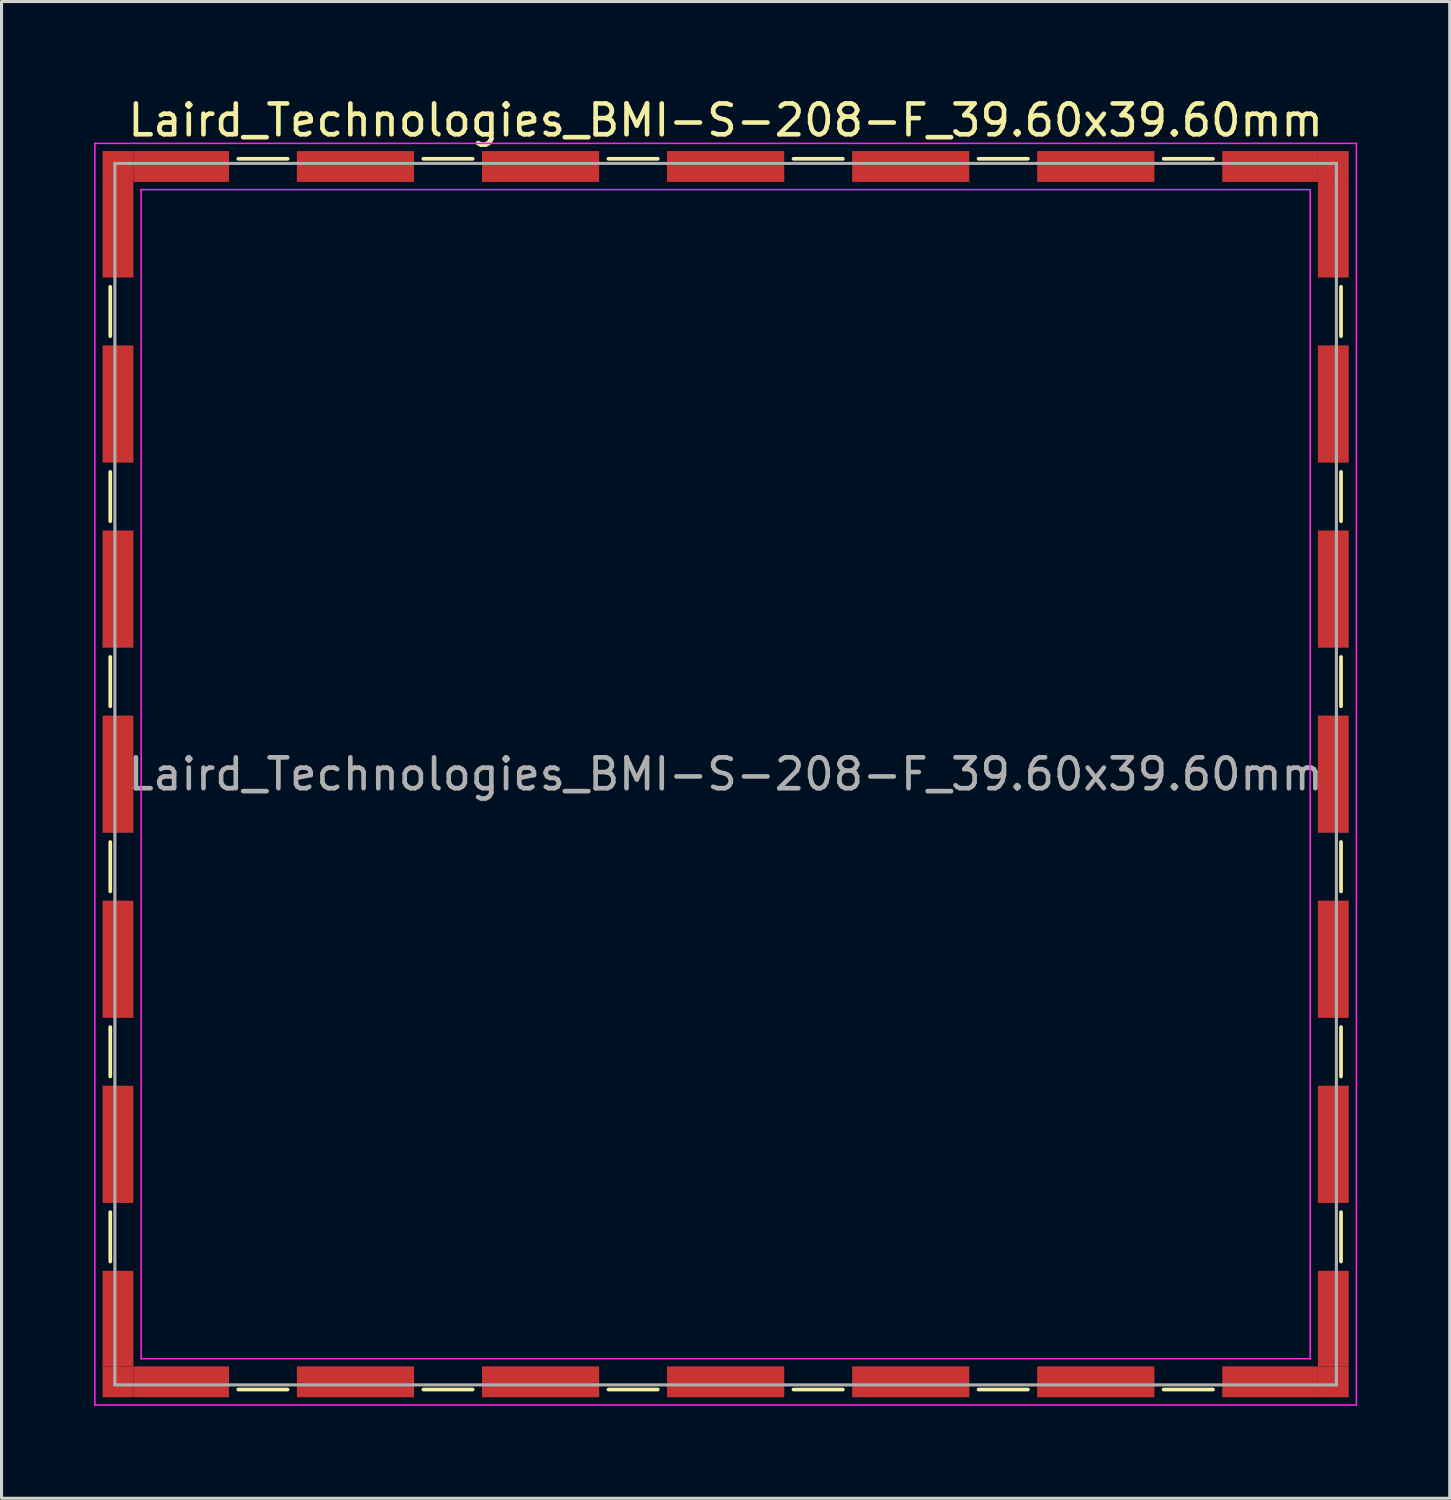
<source format=kicad_pcb>
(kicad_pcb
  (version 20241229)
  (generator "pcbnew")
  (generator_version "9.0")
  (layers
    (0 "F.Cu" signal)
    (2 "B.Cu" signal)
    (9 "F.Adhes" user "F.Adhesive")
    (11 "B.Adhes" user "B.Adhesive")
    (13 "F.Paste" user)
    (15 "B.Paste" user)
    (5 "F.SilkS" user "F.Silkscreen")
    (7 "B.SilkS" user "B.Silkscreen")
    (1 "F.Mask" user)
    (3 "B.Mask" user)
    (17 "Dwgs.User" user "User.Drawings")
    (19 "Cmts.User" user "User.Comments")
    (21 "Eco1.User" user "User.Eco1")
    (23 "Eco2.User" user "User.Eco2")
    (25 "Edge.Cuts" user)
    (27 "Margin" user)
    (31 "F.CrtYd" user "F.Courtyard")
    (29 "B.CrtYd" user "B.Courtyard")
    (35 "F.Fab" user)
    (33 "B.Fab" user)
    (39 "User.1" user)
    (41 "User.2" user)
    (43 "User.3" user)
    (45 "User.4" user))
  (footprint "Laird_Technologies_BMI-S-208-F_39.60x39.60mm"
    (layer "F.Cu")
    (at 20.475 22.048)
    (property "Reference" "Laird_Technologies_BMI-S-208-F_39.60x39.60mm" (at 0 -21.2 0) (layer "F.SilkS") (effects (font (size 1 1) (thickness 0.15))))
    (attr smd)
    (fp_line (start -19.95 -15.8) (end -19.95 -14.2) (stroke (width 0.12) (type solid)) (layer "F.SilkS"))
    (fp_line (start -19.95 -9.8) (end -19.95 -8.2) (stroke (width 0.12) (type solid)) (layer "F.SilkS"))
    (fp_line (start -19.95 -3.8) (end -19.95 -2.2) (stroke (width 0.12) (type solid)) (layer "F.SilkS"))
    (fp_line (start -19.95 2.2) (end -19.95 3.8) (stroke (width 0.12) (type solid)) (layer "F.SilkS"))
    (fp_line (start -19.95 8.2) (end -19.95 9.8) (stroke (width 0.12) (type solid)) (layer "F.SilkS"))
    (fp_line (start -19.95 14.2) (end -19.95 15.8) (stroke (width 0.12) (type solid)) (layer "F.SilkS"))
    (fp_line (start -15.8 -19.95) (end -14.2 -19.95) (stroke (width 0.12) (type solid)) (layer "F.SilkS"))
    (fp_line (start -15.8 19.95) (end -14.2 19.95) (stroke (width 0.12) (type solid)) (layer "F.SilkS"))
    (fp_line (start -9.8 -19.95) (end -8.2 -19.95) (stroke (width 0.12) (type solid)) (layer "F.SilkS"))
    (fp_line (start -9.8 19.95) (end -8.2 19.95) (stroke (width 0.12) (type solid)) (layer "F.SilkS"))
    (fp_line (start -3.8 -19.95) (end -2.2 -19.95) (stroke (width 0.12) (type solid)) (layer "F.SilkS"))
    (fp_line (start -3.8 19.95) (end -2.2 19.95) (stroke (width 0.12) (type solid)) (layer "F.SilkS"))
    (fp_line (start 2.2 -19.95) (end 3.8 -19.95) (stroke (width 0.12) (type solid)) (layer "F.SilkS"))
    (fp_line (start 2.2 19.95) (end 3.8 19.95) (stroke (width 0.12) (type solid)) (layer "F.SilkS"))
    (fp_line (start 8.2 -19.95) (end 9.8 -19.95) (stroke (width 0.12) (type solid)) (layer "F.SilkS"))
    (fp_line (start 8.2 19.95) (end 9.8 19.95) (stroke (width 0.12) (type solid)) (layer "F.SilkS"))
    (fp_line (start 14.2 -19.95) (end 15.8 -19.95) (stroke (width 0.12) (type solid)) (layer "F.SilkS"))
    (fp_line (start 14.2 19.95) (end 15.8 19.95) (stroke (width 0.12) (type solid)) (layer "F.SilkS"))
    (fp_line (start 19.95 -15.8) (end 19.95 -14.2) (stroke (width 0.12) (type solid)) (layer "F.SilkS"))
    (fp_line (start 19.95 -9.8) (end 19.95 -8.2) (stroke (width 0.12) (type solid)) (layer "F.SilkS"))
    (fp_line (start 19.95 -3.8) (end 19.95 -2.2) (stroke (width 0.12) (type solid)) (layer "F.SilkS"))
    (fp_line (start 19.95 2.2) (end 19.95 3.8) (stroke (width 0.12) (type solid)) (layer "F.SilkS"))
    (fp_line (start 19.95 8.2) (end 19.95 9.8) (stroke (width 0.12) (type solid)) (layer "F.SilkS"))
    (fp_line (start 19.95 14.2) (end 19.95 15.8) (stroke (width 0.12) (type solid)) (layer "F.SilkS"))
    (fp_line (start -20.45 -20.45) (end -20.45 20.45) (stroke (width 0.05) (type solid)) (layer "F.CrtYd"))
    (fp_line (start -20.45 20.45) (end 20.45 20.45) (stroke (width 0.05) (type solid)) (layer "F.CrtYd"))
    (fp_line (start -18.95 -18.95) (end -18.95 18.95) (stroke (width 0.05) (type solid)) (layer "F.CrtYd"))
    (fp_line (start 18.95 -18.95) (end -18.95 -18.95) (stroke (width 0.05) (type solid)) (layer "F.CrtYd"))
    (fp_line (start 18.95 -18.95) (end 18.95 18.95) (stroke (width 0.05) (type solid)) (layer "F.CrtYd"))
    (fp_line (start 18.95 18.95) (end -18.95 18.95) (stroke (width 0.05) (type solid)) (layer "F.CrtYd"))
    (fp_line (start 20.45 -20.45) (end -20.45 -20.45) (stroke (width 0.05) (type solid)) (layer "F.CrtYd"))
    (fp_line (start 20.45 20.45) (end 20.45 -20.45) (stroke (width 0.05) (type solid)) (layer "F.CrtYd"))
    (fp_line (start -19.8 -19.8) (end -19.8 19.8) (stroke (width 0.1) (type solid)) (layer "F.Fab"))
    (fp_line (start -19.8 19.8) (end 19.8 19.8) (stroke (width 0.1) (type solid)) (layer "F.Fab"))
    (fp_line (start 19.8 -19.8) (end -19.8 -19.8) (stroke (width 0.1) (type solid)) (layer "F.Fab"))
    (fp_line (start 19.8 19.8) (end 19.8 -19.8) (stroke (width 0.1) (type solid)) (layer "F.Fab"))
    (fp_text user "${REFERENCE}" (at 0 0 0) (layer "F.Fab") (effects (font (size 1 1) (thickness 0.15))))
    (pad "1" smd rect (at -19.7 -19.7) (size 1 1) (layers "F.Cu" "F.Mask" "F.Paste"))
    (pad "1" smd rect (at -19.7 -17.65) (size 1 3.1) (layers "F.Cu" "F.Mask" "F.Paste"))
    (pad "1" smd rect (at -19.7 -12) (size 1 3.8) (layers "F.Cu" "F.Mask" "F.Paste"))
    (pad "1" smd rect (at -19.7 -6) (size 1 3.8) (layers "F.Cu" "F.Mask" "F.Paste"))
    (pad "1" smd rect (at -19.7 0) (size 1 3.8) (layers "F.Cu" "F.Mask" "F.Paste"))
    (pad "1" smd rect (at -19.7 6) (size 1 3.8) (layers "F.Cu" "F.Mask" "F.Paste"))
    (pad "1" smd rect (at -19.7 12) (size 1 3.8) (layers "F.Cu" "F.Mask" "F.Paste"))
    (pad "1" smd rect (at -19.7 17.65) (size 1 3.1) (layers "F.Cu" "F.Mask" "F.Paste"))
    (pad "1" smd rect (at -19.7 19.7) (size 1 1) (layers "F.Cu" "F.Mask" "F.Paste"))
    (pad "1" smd rect (at -17.65 -19.7) (size 3.1 1) (layers "F.Cu" "F.Mask" "F.Paste"))
    (pad "1" smd rect (at -17.65 19.7) (size 3.1 1) (layers "F.Cu" "F.Mask" "F.Paste"))
    (pad "1" smd rect (at -12 -19.7) (size 3.8 1) (layers "F.Cu" "F.Mask" "F.Paste"))
    (pad "1" smd rect (at -12 19.7) (size 3.8 1) (layers "F.Cu" "F.Mask" "F.Paste"))
    (pad "1" smd rect (at -6 -19.7) (size 3.8 1) (layers "F.Cu" "F.Mask" "F.Paste"))
    (pad "1" smd rect (at -6 19.7) (size 3.8 1) (layers "F.Cu" "F.Mask" "F.Paste"))
    (pad "1" smd rect (at 0 -19.7) (size 3.8 1) (layers "F.Cu" "F.Mask" "F.Paste"))
    (pad "1" smd rect (at 0 19.7) (size 3.8 1) (layers "F.Cu" "F.Mask" "F.Paste"))
    (pad "1" smd rect (at 6 -19.7) (size 3.8 1) (layers "F.Cu" "F.Mask" "F.Paste"))
    (pad "1" smd rect (at 6 19.7) (size 3.8 1) (layers "F.Cu" "F.Mask" "F.Paste"))
    (pad "1" smd rect (at 12 -19.7) (size 3.8 1) (layers "F.Cu" "F.Mask" "F.Paste"))
    (pad "1" smd rect (at 12 19.7) (size 3.8 1) (layers "F.Cu" "F.Mask" "F.Paste"))
    (pad "1" smd rect (at 17.65 -19.7) (size 3.1 1) (layers "F.Cu" "F.Mask" "F.Paste"))
    (pad "1" smd rect (at 17.65 19.7) (size 3.1 1) (layers "F.Cu" "F.Mask" "F.Paste"))
    (pad "1" smd rect (at 19.7 -19.7) (size 1 1) (layers "F.Cu" "F.Mask" "F.Paste"))
    (pad "1" smd rect (at 19.7 -17.65) (size 1 3.1) (layers "F.Cu" "F.Mask" "F.Paste"))
    (pad "1" smd rect (at 19.7 -12) (size 1 3.8) (layers "F.Cu" "F.Mask" "F.Paste"))
    (pad "1" smd rect (at 19.7 -6) (size 1 3.8) (layers "F.Cu" "F.Mask" "F.Paste"))
    (pad "1" smd rect (at 19.7 0) (size 1 3.8) (layers "F.Cu" "F.Mask" "F.Paste"))
    (pad "1" smd rect (at 19.7 6) (size 1 3.8) (layers "F.Cu" "F.Mask" "F.Paste"))
    (pad "1" smd rect (at 19.7 12) (size 1 3.8) (layers "F.Cu" "F.Mask" "F.Paste"))
    (pad "1" smd rect (at 19.7 17.65) (size 1 3.1) (layers "F.Cu" "F.Mask" "F.Paste"))
    (pad "1" smd rect (at 19.7 19.7) (size 1 1) (layers "F.Cu" "F.Mask" "F.Paste")))
  (gr_rect
    (start -3 -3)
    (end 43.95 45.523)
    (stroke (width 0.1) (type default))
    (fill no)
    (layer "Edge.Cuts")))
</source>
